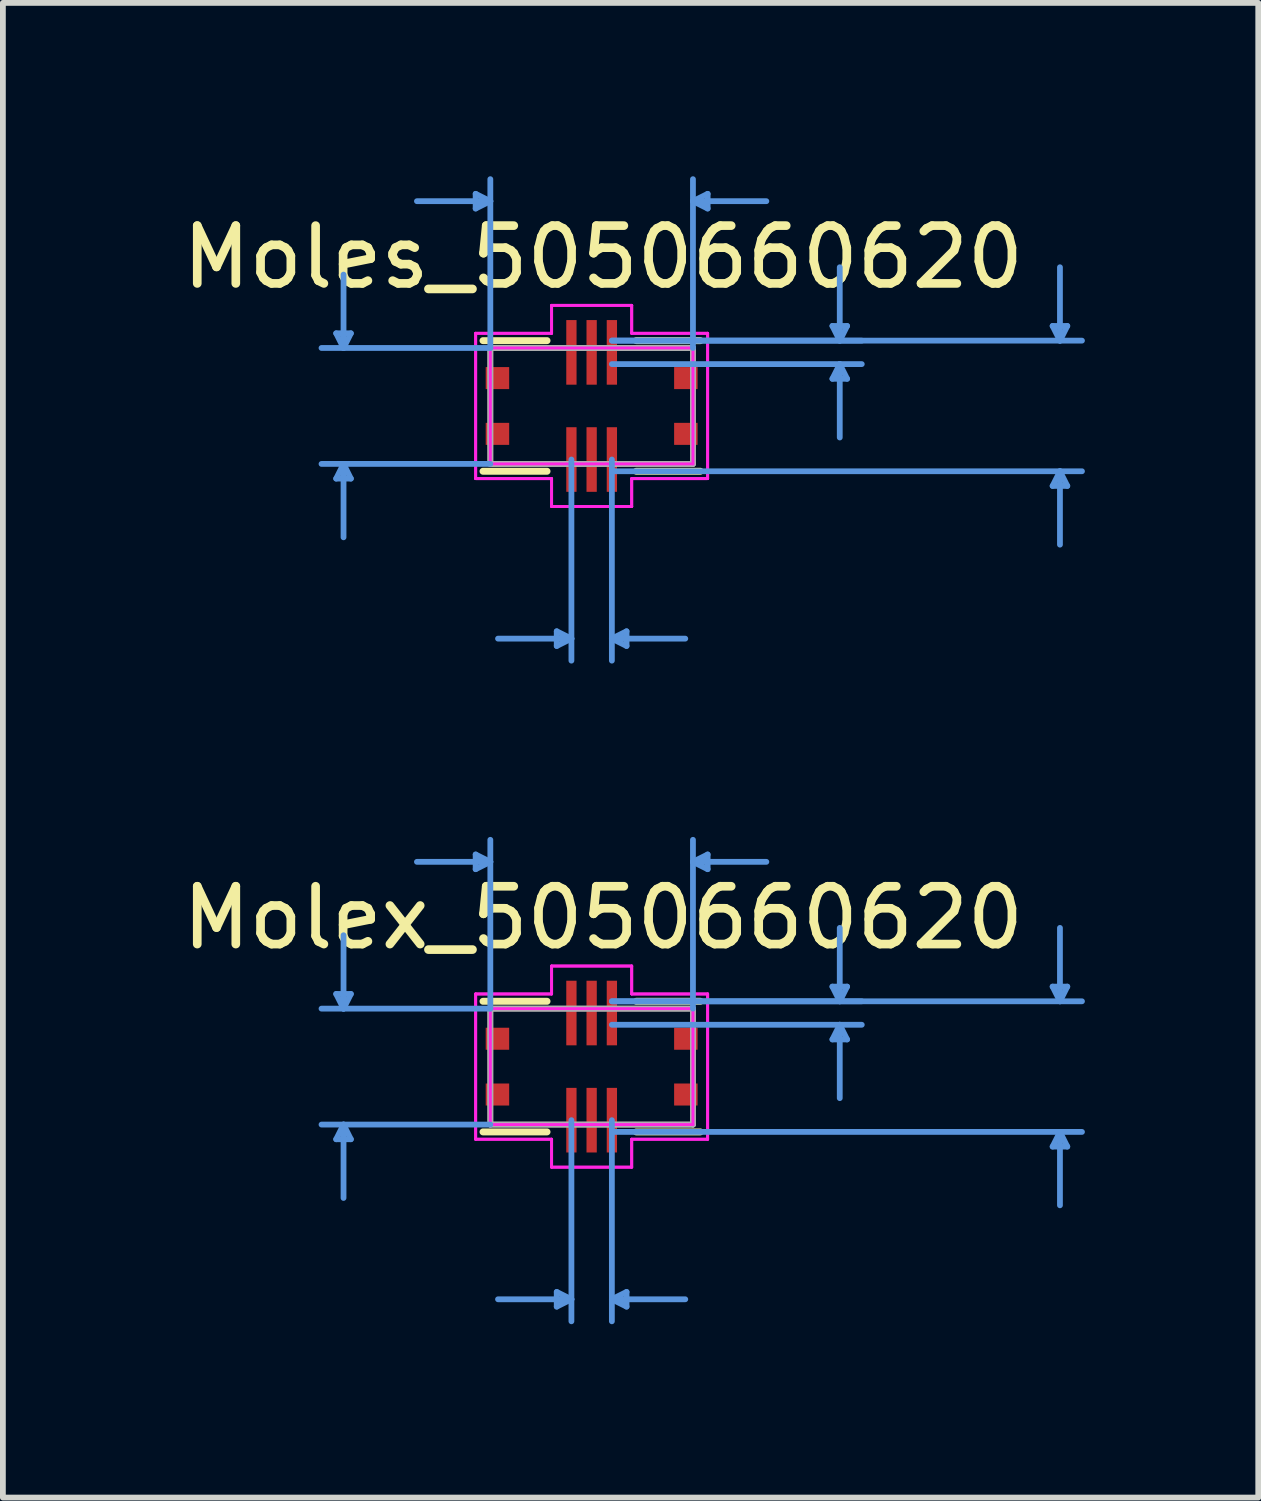
<source format=kicad_pcb>
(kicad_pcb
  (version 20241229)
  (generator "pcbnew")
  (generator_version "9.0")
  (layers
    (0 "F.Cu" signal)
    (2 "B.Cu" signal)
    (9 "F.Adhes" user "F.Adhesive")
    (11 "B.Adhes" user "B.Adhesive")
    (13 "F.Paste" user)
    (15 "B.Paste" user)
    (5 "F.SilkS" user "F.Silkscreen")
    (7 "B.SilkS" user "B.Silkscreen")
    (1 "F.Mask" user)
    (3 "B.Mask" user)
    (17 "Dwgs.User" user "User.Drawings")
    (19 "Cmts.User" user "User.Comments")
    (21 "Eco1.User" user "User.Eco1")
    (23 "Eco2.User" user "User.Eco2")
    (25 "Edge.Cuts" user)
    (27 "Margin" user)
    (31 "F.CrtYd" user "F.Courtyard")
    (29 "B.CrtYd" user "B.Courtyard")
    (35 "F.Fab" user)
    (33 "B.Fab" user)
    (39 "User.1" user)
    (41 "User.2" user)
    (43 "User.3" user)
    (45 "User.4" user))
  (footprint "Molex_5050660620"
    (layer "F.Cu")
    (at 7.187 15.405)
    (property "Reference" "Molex_5050660620" (at 0.2 -2.575 0) (layer "F.SilkS") (effects (font (size 1 1) (thickness 0.15))))
    (attr through_hole)
    (fp_line (start -1.88 1.13) (end -0.772 1.13) (stroke (width 0.12) (type solid)) (layer "F.SilkS"))
    (fp_line (start -0.772 -1.13) (end -1.88 -1.13) (stroke (width 0.12) (type solid)) (layer "F.SilkS"))
    (fp_line (start 0.772 1.13) (end 1.88 1.13) (stroke (width 0.12) (type solid)) (layer "F.SilkS"))
    (fp_line (start 1.88 -1.13) (end 0.772 -1.13) (stroke (width 0.12) (type solid)) (layer "F.SilkS"))
    (fp_line (start -4.42 -1.257) (end -4.166 -1.257) (stroke (width 0.1) (type solid)) (layer "Cmts.User"))
    (fp_line (start -4.42 1.257) (end -4.166 1.257) (stroke (width 0.1) (type solid)) (layer "Cmts.User"))
    (fp_line (start -4.293 -1.003) (end -4.42 -1.257) (stroke (width 0.1) (type solid)) (layer "Cmts.User"))
    (fp_line (start -4.293 -1.003) (end -4.293 -2.273) (stroke (width 0.1) (type solid)) (layer "Cmts.User"))
    (fp_line (start -4.293 -1.003) (end -4.166 -1.257) (stroke (width 0.1) (type solid)) (layer "Cmts.User"))
    (fp_line (start -4.293 1.003) (end -4.42 1.257) (stroke (width 0.1) (type solid)) (layer "Cmts.User"))
    (fp_line (start -4.293 1.003) (end -4.293 2.273) (stroke (width 0.1) (type solid)) (layer "Cmts.User"))
    (fp_line (start -4.293 1.003) (end -4.166 1.257) (stroke (width 0.1) (type solid)) (layer "Cmts.User"))
    (fp_line (start -2.007 -3.67) (end -2.007 -3.416) (stroke (width 0.1) (type solid)) (layer "Cmts.User"))
    (fp_line (start -1.753 -3.543) (end -3.023 -3.543) (stroke (width 0.1) (type solid)) (layer "Cmts.User"))
    (fp_line (start -1.753 -3.543) (end -2.007 -3.67) (stroke (width 0.1) (type solid)) (layer "Cmts.User"))
    (fp_line (start -1.753 -3.543) (end -2.007 -3.416) (stroke (width 0.1) (type solid)) (layer "Cmts.User"))
    (fp_line (start -1.753 -1.003) (end -4.674 -1.003) (stroke (width 0.1) (type solid)) (layer "Cmts.User"))
    (fp_line (start -1.753 -1.003) (end -1.753 -3.924) (stroke (width 0.1) (type solid)) (layer "Cmts.User"))
    (fp_line (start -1.753 1.003) (end -4.674 1.003) (stroke (width 0.1) (type solid)) (layer "Cmts.User"))
    (fp_line (start -0.604 3.899) (end -0.604 4.153) (stroke (width 0.1) (type solid)) (layer "Cmts.User"))
    (fp_line (start -0.35 0.927) (end -0.35 4.407) (stroke (width 0.1) (type solid)) (layer "Cmts.User"))
    (fp_line (start -0.35 4.026) (end -1.62 4.026) (stroke (width 0.1) (type solid)) (layer "Cmts.User"))
    (fp_line (start -0.35 4.026) (end -0.604 3.899) (stroke (width 0.1) (type solid)) (layer "Cmts.User"))
    (fp_line (start -0.35 4.026) (end -0.604 4.153) (stroke (width 0.1) (type solid)) (layer "Cmts.User"))
    (fp_line (start 0.35 -1.13) (end 4.674 -1.13) (stroke (width 0.1) (type solid)) (layer "Cmts.User"))
    (fp_line (start 0.35 -1.13) (end 8.484 -1.13) (stroke (width 0.1) (type solid)) (layer "Cmts.User"))
    (fp_line (start 0.35 -0.724) (end 4.674 -0.724) (stroke (width 0.1) (type solid)) (layer "Cmts.User"))
    (fp_line (start 0.35 0.927) (end 0.35 4.407) (stroke (width 0.1) (type solid)) (layer "Cmts.User"))
    (fp_line (start 0.35 1.13) (end 8.484 1.13) (stroke (width 0.1) (type solid)) (layer "Cmts.User"))
    (fp_line (start 0.35 4.026) (end 0.604 3.899) (stroke (width 0.1) (type solid)) (layer "Cmts.User"))
    (fp_line (start 0.35 4.026) (end 0.604 4.153) (stroke (width 0.1) (type solid)) (layer "Cmts.User"))
    (fp_line (start 0.35 4.026) (end 1.62 4.026) (stroke (width 0.1) (type solid)) (layer "Cmts.User"))
    (fp_line (start 0.604 3.899) (end 0.604 4.153) (stroke (width 0.1) (type solid)) (layer "Cmts.User"))
    (fp_line (start 1.753 -3.543) (end 2.007 -3.67) (stroke (width 0.1) (type solid)) (layer "Cmts.User"))
    (fp_line (start 1.753 -3.543) (end 2.007 -3.416) (stroke (width 0.1) (type solid)) (layer "Cmts.User"))
    (fp_line (start 1.753 -3.543) (end 3.023 -3.543) (stroke (width 0.1) (type solid)) (layer "Cmts.User"))
    (fp_line (start 1.753 -1.003) (end 1.753 -3.924) (stroke (width 0.1) (type solid)) (layer "Cmts.User"))
    (fp_line (start 2.007 -3.67) (end 2.007 -3.416) (stroke (width 0.1) (type solid)) (layer "Cmts.User"))
    (fp_line (start 4.166 -1.384) (end 4.42 -1.384) (stroke (width 0.1) (type solid)) (layer "Cmts.User"))
    (fp_line (start 4.166 -0.47) (end 4.42 -0.47) (stroke (width 0.1) (type solid)) (layer "Cmts.User"))
    (fp_line (start 4.293 -1.13) (end 4.166 -1.384) (stroke (width 0.1) (type solid)) (layer "Cmts.User"))
    (fp_line (start 4.293 -1.13) (end 4.293 -2.4) (stroke (width 0.1) (type solid)) (layer "Cmts.User"))
    (fp_line (start 4.293 -1.13) (end 4.42 -1.384) (stroke (width 0.1) (type solid)) (layer "Cmts.User"))
    (fp_line (start 4.293 -0.724) (end 4.166 -0.47) (stroke (width 0.1) (type solid)) (layer "Cmts.User"))
    (fp_line (start 4.293 -0.724) (end 4.293 0.546) (stroke (width 0.1) (type solid)) (layer "Cmts.User"))
    (fp_line (start 4.293 -0.724) (end 4.42 -0.47) (stroke (width 0.1) (type solid)) (layer "Cmts.User"))
    (fp_line (start 7.976 -1.384) (end 8.23 -1.384) (stroke (width 0.1) (type solid)) (layer "Cmts.User"))
    (fp_line (start 7.976 1.384) (end 8.23 1.384) (stroke (width 0.1) (type solid)) (layer "Cmts.User"))
    (fp_line (start 8.103 -1.13) (end 7.976 -1.384) (stroke (width 0.1) (type solid)) (layer "Cmts.User"))
    (fp_line (start 8.103 -1.13) (end 8.103 -2.4) (stroke (width 0.1) (type solid)) (layer "Cmts.User"))
    (fp_line (start 8.103 -1.13) (end 8.23 -1.384) (stroke (width 0.1) (type solid)) (layer "Cmts.User"))
    (fp_line (start 8.103 1.13) (end 7.976 1.384) (stroke (width 0.1) (type solid)) (layer "Cmts.User"))
    (fp_line (start 8.103 1.13) (end 8.103 2.4) (stroke (width 0.1) (type solid)) (layer "Cmts.User"))
    (fp_line (start 8.103 1.13) (end 8.23 1.384) (stroke (width 0.1) (type solid)) (layer "Cmts.User"))
    (fp_line (start -2.007 -1.257) (end -0.693 -1.257) (stroke (width 0.05) (type solid)) (layer "F.CrtYd"))
    (fp_line (start -2.007 -1.257) (end -0.693 -1.257) (stroke (width 0.05) (type solid)) (layer "F.CrtYd"))
    (fp_line (start -2.007 1.257) (end -2.007 -1.257) (stroke (width 0.05) (type solid)) (layer "F.CrtYd"))
    (fp_line (start -2.007 1.257) (end -2.007 -1.257) (stroke (width 0.05) (type solid)) (layer "F.CrtYd"))
    (fp_line (start -1.753 -1.003) (end 1.753 -1.003) (stroke (width 0.05) (type solid)) (layer "F.CrtYd"))
    (fp_line (start -1.753 1.003) (end -1.753 -1.003) (stroke (width 0.05) (type solid)) (layer "F.CrtYd"))
    (fp_line (start -0.693 -1.74) (end 0.693 -1.74) (stroke (width 0.05) (type solid)) (layer "F.CrtYd"))
    (fp_line (start -0.693 -1.257) (end -0.693 -1.74) (stroke (width 0.05) (type solid)) (layer "F.CrtYd"))
    (fp_line (start -0.693 -1.257) (end -0.693 -1.74) (stroke (width 0.05) (type solid)) (layer "F.CrtYd"))
    (fp_line (start -0.693 1.257) (end -2.007 1.257) (stroke (width 0.05) (type solid)) (layer "F.CrtYd"))
    (fp_line (start -0.693 1.257) (end -2.007 1.257) (stroke (width 0.05) (type solid)) (layer "F.CrtYd"))
    (fp_line (start -0.693 1.74) (end -0.693 1.257) (stroke (width 0.05) (type solid)) (layer "F.CrtYd"))
    (fp_line (start -0.693 1.74) (end -0.693 1.257) (stroke (width 0.05) (type solid)) (layer "F.CrtYd"))
    (fp_line (start -0.693 1.74) (end 0.693 1.74) (stroke (width 0.05) (type solid)) (layer "F.CrtYd"))
    (fp_line (start 0.693 -1.74) (end -0.693 -1.74) (stroke (width 0.05) (type solid)) (layer "F.CrtYd"))
    (fp_line (start 0.693 -1.74) (end 0.693 -1.257) (stroke (width 0.05) (type solid)) (layer "F.CrtYd"))
    (fp_line (start 0.693 -1.74) (end 0.693 -1.257) (stroke (width 0.05) (type solid)) (layer "F.CrtYd"))
    (fp_line (start 0.693 -1.257) (end 2.007 -1.257) (stroke (width 0.05) (type solid)) (layer "F.CrtYd"))
    (fp_line (start 0.693 -1.257) (end 2.007 -1.257) (stroke (width 0.05) (type solid)) (layer "F.CrtYd"))
    (fp_line (start 0.693 1.257) (end 0.693 1.74) (stroke (width 0.05) (type solid)) (layer "F.CrtYd"))
    (fp_line (start 0.693 1.257) (end 0.693 1.74) (stroke (width 0.05) (type solid)) (layer "F.CrtYd"))
    (fp_line (start 0.693 1.74) (end -0.693 1.74) (stroke (width 0.05) (type solid)) (layer "F.CrtYd"))
    (fp_line (start 1.753 -1.003) (end 1.753 1.003) (stroke (width 0.05) (type solid)) (layer "F.CrtYd"))
    (fp_line (start 1.753 1.003) (end -1.753 1.003) (stroke (width 0.05) (type solid)) (layer "F.CrtYd"))
    (fp_line (start 2.007 -1.257) (end 2.007 1.257) (stroke (width 0.05) (type solid)) (layer "F.CrtYd"))
    (fp_line (start 2.007 -1.257) (end 2.007 1.257) (stroke (width 0.05) (type solid)) (layer "F.CrtYd"))
    (fp_line (start 2.007 1.257) (end 0.693 1.257) (stroke (width 0.05) (type solid)) (layer "F.CrtYd"))
    (fp_line (start 2.007 1.257) (end 0.693 1.257) (stroke (width 0.05) (type solid)) (layer "F.CrtYd"))
    (fp_line (start -1.753 -1.003) (end -1.753 1.003) (stroke (width 0.1) (type solid)) (layer "F.Fab"))
    (fp_line (start -1.753 -1.003) (end -1.753 1.003) (stroke (width 0.1) (type solid)) (layer "F.Fab"))
    (fp_line (start -1.753 1.003) (end 1.753 1.003) (stroke (width 0.1) (type solid)) (layer "F.Fab"))
    (fp_line (start -1.753 1.003) (end 1.753 1.003) (stroke (width 0.1) (type solid)) (layer "F.Fab"))
    (fp_line (start 1.753 -1.003) (end -1.753 -1.003) (stroke (width 0.1) (type solid)) (layer "F.Fab"))
    (fp_line (start 1.753 -1.003) (end -1.753 -1.003) (stroke (width 0.1) (type solid)) (layer "F.Fab"))
    (fp_line (start 1.753 1.003) (end 1.753 -1.003) (stroke (width 0.1) (type solid)) (layer "F.Fab"))
    (fp_line (start 1.753 1.003) (end 1.753 -1.003) (stroke (width 0.1) (type solid)) (layer "F.Fab"))
    (pad "1" smd rect (at 0.35 0.927) (size 0.178 1.118) (layers "F.Cu" "F.Mask" "F.Paste"))
    (pad "2" smd rect (at 0.35 -0.927) (size 0.178 1.118) (layers "F.Cu" "F.Mask" "F.Paste"))
    (pad "3" smd rect (at 0 0.927) (size 0.178 1.118) (layers "F.Cu" "F.Mask" "F.Paste"))
    (pad "4" smd rect (at 0 -0.927) (size 0.178 1.118) (layers "F.Cu" "F.Mask" "F.Paste"))
    (pad "5" smd rect (at -0.35 0.927) (size 0.178 1.118) (layers "F.Cu" "F.Mask" "F.Paste"))
    (pad "6" smd rect (at -0.35 -0.927) (size 0.178 1.118) (layers "F.Cu" "F.Mask" "F.Paste"))
    (pad "7" smd rect (at -1.63 -0.482) (size 0.406 0.381) (layers "F.Cu" "F.Mask" "F.Paste"))
    (pad "8" smd rect (at 1.63 -0.482) (size 0.406 0.381) (layers "F.Cu" "F.Mask" "F.Paste"))
    (pad "9" smd rect (at -1.63 0.483) (size 0.406 0.381) (layers "F.Cu" "F.Mask" "F.Paste"))
    (pad "10" smd rect (at 1.63 0.483) (size 0.406 0.381) (layers "F.Cu" "F.Mask" "F.Paste")))
  (footprint "Moles_5050660620"
    (layer "F.Cu")
    (at 7.187 3.974)
    (property "Reference" "Moles_5050660620" (at 0.2 -2.575 0) (layer "F.SilkS") (effects (font (size 1 1) (thickness 0.15))))
    (attr through_hole)
    (fp_line (start -1.88 1.13) (end -0.772 1.13) (stroke (width 0.12) (type solid)) (layer "F.SilkS"))
    (fp_line (start -0.772 -1.13) (end -1.88 -1.13) (stroke (width 0.12) (type solid)) (layer "F.SilkS"))
    (fp_line (start 0.772 1.13) (end 1.88 1.13) (stroke (width 0.12) (type solid)) (layer "F.SilkS"))
    (fp_line (start 1.88 -1.13) (end 0.772 -1.13) (stroke (width 0.12) (type solid)) (layer "F.SilkS"))
    (fp_line (start -4.42 -1.257) (end -4.166 -1.257) (stroke (width 0.1) (type solid)) (layer "Cmts.User"))
    (fp_line (start -4.42 1.257) (end -4.166 1.257) (stroke (width 0.1) (type solid)) (layer "Cmts.User"))
    (fp_line (start -4.293 -1.003) (end -4.42 -1.257) (stroke (width 0.1) (type solid)) (layer "Cmts.User"))
    (fp_line (start -4.293 -1.003) (end -4.293 -2.273) (stroke (width 0.1) (type solid)) (layer "Cmts.User"))
    (fp_line (start -4.293 -1.003) (end -4.166 -1.257) (stroke (width 0.1) (type solid)) (layer "Cmts.User"))
    (fp_line (start -4.293 1.003) (end -4.42 1.257) (stroke (width 0.1) (type solid)) (layer "Cmts.User"))
    (fp_line (start -4.293 1.003) (end -4.293 2.273) (stroke (width 0.1) (type solid)) (layer "Cmts.User"))
    (fp_line (start -4.293 1.003) (end -4.166 1.257) (stroke (width 0.1) (type solid)) (layer "Cmts.User"))
    (fp_line (start -2.007 -3.67) (end -2.007 -3.416) (stroke (width 0.1) (type solid)) (layer "Cmts.User"))
    (fp_line (start -1.753 -3.543) (end -3.023 -3.543) (stroke (width 0.1) (type solid)) (layer "Cmts.User"))
    (fp_line (start -1.753 -3.543) (end -2.007 -3.67) (stroke (width 0.1) (type solid)) (layer "Cmts.User"))
    (fp_line (start -1.753 -3.543) (end -2.007 -3.416) (stroke (width 0.1) (type solid)) (layer "Cmts.User"))
    (fp_line (start -1.753 -1.003) (end -4.674 -1.003) (stroke (width 0.1) (type solid)) (layer "Cmts.User"))
    (fp_line (start -1.753 -1.003) (end -1.753 -3.924) (stroke (width 0.1) (type solid)) (layer "Cmts.User"))
    (fp_line (start -1.753 1.003) (end -4.674 1.003) (stroke (width 0.1) (type solid)) (layer "Cmts.User"))
    (fp_line (start -0.604 3.899) (end -0.604 4.153) (stroke (width 0.1) (type solid)) (layer "Cmts.User"))
    (fp_line (start -0.35 0.927) (end -0.35 4.407) (stroke (width 0.1) (type solid)) (layer "Cmts.User"))
    (fp_line (start -0.35 4.026) (end -1.62 4.026) (stroke (width 0.1) (type solid)) (layer "Cmts.User"))
    (fp_line (start -0.35 4.026) (end -0.604 3.899) (stroke (width 0.1) (type solid)) (layer "Cmts.User"))
    (fp_line (start -0.35 4.026) (end -0.604 4.153) (stroke (width 0.1) (type solid)) (layer "Cmts.User"))
    (fp_line (start 0.35 -1.13) (end 4.674 -1.13) (stroke (width 0.1) (type solid)) (layer "Cmts.User"))
    (fp_line (start 0.35 -1.13) (end 8.484 -1.13) (stroke (width 0.1) (type solid)) (layer "Cmts.User"))
    (fp_line (start 0.35 -0.724) (end 4.674 -0.724) (stroke (width 0.1) (type solid)) (layer "Cmts.User"))
    (fp_line (start 0.35 0.927) (end 0.35 4.407) (stroke (width 0.1) (type solid)) (layer "Cmts.User"))
    (fp_line (start 0.35 1.13) (end 8.484 1.13) (stroke (width 0.1) (type solid)) (layer "Cmts.User"))
    (fp_line (start 0.35 4.026) (end 0.604 3.899) (stroke (width 0.1) (type solid)) (layer "Cmts.User"))
    (fp_line (start 0.35 4.026) (end 0.604 4.153) (stroke (width 0.1) (type solid)) (layer "Cmts.User"))
    (fp_line (start 0.35 4.026) (end 1.62 4.026) (stroke (width 0.1) (type solid)) (layer "Cmts.User"))
    (fp_line (start 0.604 3.899) (end 0.604 4.153) (stroke (width 0.1) (type solid)) (layer "Cmts.User"))
    (fp_line (start 1.753 -3.543) (end 2.007 -3.67) (stroke (width 0.1) (type solid)) (layer "Cmts.User"))
    (fp_line (start 1.753 -3.543) (end 2.007 -3.416) (stroke (width 0.1) (type solid)) (layer "Cmts.User"))
    (fp_line (start 1.753 -3.543) (end 3.023 -3.543) (stroke (width 0.1) (type solid)) (layer "Cmts.User"))
    (fp_line (start 1.753 -1.003) (end 1.753 -3.924) (stroke (width 0.1) (type solid)) (layer "Cmts.User"))
    (fp_line (start 2.007 -3.67) (end 2.007 -3.416) (stroke (width 0.1) (type solid)) (layer "Cmts.User"))
    (fp_line (start 4.166 -1.384) (end 4.42 -1.384) (stroke (width 0.1) (type solid)) (layer "Cmts.User"))
    (fp_line (start 4.166 -0.47) (end 4.42 -0.47) (stroke (width 0.1) (type solid)) (layer "Cmts.User"))
    (fp_line (start 4.293 -1.13) (end 4.166 -1.384) (stroke (width 0.1) (type solid)) (layer "Cmts.User"))
    (fp_line (start 4.293 -1.13) (end 4.293 -2.4) (stroke (width 0.1) (type solid)) (layer "Cmts.User"))
    (fp_line (start 4.293 -1.13) (end 4.42 -1.384) (stroke (width 0.1) (type solid)) (layer "Cmts.User"))
    (fp_line (start 4.293 -0.724) (end 4.166 -0.47) (stroke (width 0.1) (type solid)) (layer "Cmts.User"))
    (fp_line (start 4.293 -0.724) (end 4.293 0.546) (stroke (width 0.1) (type solid)) (layer "Cmts.User"))
    (fp_line (start 4.293 -0.724) (end 4.42 -0.47) (stroke (width 0.1) (type solid)) (layer "Cmts.User"))
    (fp_line (start 7.976 -1.384) (end 8.23 -1.384) (stroke (width 0.1) (type solid)) (layer "Cmts.User"))
    (fp_line (start 7.976 1.384) (end 8.23 1.384) (stroke (width 0.1) (type solid)) (layer "Cmts.User"))
    (fp_line (start 8.103 -1.13) (end 7.976 -1.384) (stroke (width 0.1) (type solid)) (layer "Cmts.User"))
    (fp_line (start 8.103 -1.13) (end 8.103 -2.4) (stroke (width 0.1) (type solid)) (layer "Cmts.User"))
    (fp_line (start 8.103 -1.13) (end 8.23 -1.384) (stroke (width 0.1) (type solid)) (layer "Cmts.User"))
    (fp_line (start 8.103 1.13) (end 7.976 1.384) (stroke (width 0.1) (type solid)) (layer "Cmts.User"))
    (fp_line (start 8.103 1.13) (end 8.103 2.4) (stroke (width 0.1) (type solid)) (layer "Cmts.User"))
    (fp_line (start 8.103 1.13) (end 8.23 1.384) (stroke (width 0.1) (type solid)) (layer "Cmts.User"))
    (fp_line (start -2.007 -1.257) (end -0.693 -1.257) (stroke (width 0.05) (type solid)) (layer "F.CrtYd"))
    (fp_line (start -2.007 -1.257) (end -0.693 -1.257) (stroke (width 0.05) (type solid)) (layer "F.CrtYd"))
    (fp_line (start -2.007 1.257) (end -2.007 -1.257) (stroke (width 0.05) (type solid)) (layer "F.CrtYd"))
    (fp_line (start -2.007 1.257) (end -2.007 -1.257) (stroke (width 0.05) (type solid)) (layer "F.CrtYd"))
    (fp_line (start -1.753 -1.003) (end 1.753 -1.003) (stroke (width 0.05) (type solid)) (layer "F.CrtYd"))
    (fp_line (start -1.753 1.003) (end -1.753 -1.003) (stroke (width 0.05) (type solid)) (layer "F.CrtYd"))
    (fp_line (start -0.693 -1.74) (end 0.693 -1.74) (stroke (width 0.05) (type solid)) (layer "F.CrtYd"))
    (fp_line (start -0.693 -1.257) (end -0.693 -1.74) (stroke (width 0.05) (type solid)) (layer "F.CrtYd"))
    (fp_line (start -0.693 -1.257) (end -0.693 -1.74) (stroke (width 0.05) (type solid)) (layer "F.CrtYd"))
    (fp_line (start -0.693 1.257) (end -2.007 1.257) (stroke (width 0.05) (type solid)) (layer "F.CrtYd"))
    (fp_line (start -0.693 1.257) (end -2.007 1.257) (stroke (width 0.05) (type solid)) (layer "F.CrtYd"))
    (fp_line (start -0.693 1.74) (end -0.693 1.257) (stroke (width 0.05) (type solid)) (layer "F.CrtYd"))
    (fp_line (start -0.693 1.74) (end -0.693 1.257) (stroke (width 0.05) (type solid)) (layer "F.CrtYd"))
    (fp_line (start -0.693 1.74) (end 0.693 1.74) (stroke (width 0.05) (type solid)) (layer "F.CrtYd"))
    (fp_line (start 0.693 -1.74) (end -0.693 -1.74) (stroke (width 0.05) (type solid)) (layer "F.CrtYd"))
    (fp_line (start 0.693 -1.74) (end 0.693 -1.257) (stroke (width 0.05) (type solid)) (layer "F.CrtYd"))
    (fp_line (start 0.693 -1.74) (end 0.693 -1.257) (stroke (width 0.05) (type solid)) (layer "F.CrtYd"))
    (fp_line (start 0.693 -1.257) (end 2.007 -1.257) (stroke (width 0.05) (type solid)) (layer "F.CrtYd"))
    (fp_line (start 0.693 -1.257) (end 2.007 -1.257) (stroke (width 0.05) (type solid)) (layer "F.CrtYd"))
    (fp_line (start 0.693 1.257) (end 0.693 1.74) (stroke (width 0.05) (type solid)) (layer "F.CrtYd"))
    (fp_line (start 0.693 1.257) (end 0.693 1.74) (stroke (width 0.05) (type solid)) (layer "F.CrtYd"))
    (fp_line (start 0.693 1.74) (end -0.693 1.74) (stroke (width 0.05) (type solid)) (layer "F.CrtYd"))
    (fp_line (start 1.753 -1.003) (end 1.753 1.003) (stroke (width 0.05) (type solid)) (layer "F.CrtYd"))
    (fp_line (start 1.753 1.003) (end -1.753 1.003) (stroke (width 0.05) (type solid)) (layer "F.CrtYd"))
    (fp_line (start 2.007 -1.257) (end 2.007 1.257) (stroke (width 0.05) (type solid)) (layer "F.CrtYd"))
    (fp_line (start 2.007 -1.257) (end 2.007 1.257) (stroke (width 0.05) (type solid)) (layer "F.CrtYd"))
    (fp_line (start 2.007 1.257) (end 0.693 1.257) (stroke (width 0.05) (type solid)) (layer "F.CrtYd"))
    (fp_line (start 2.007 1.257) (end 0.693 1.257) (stroke (width 0.05) (type solid)) (layer "F.CrtYd"))
    (fp_line (start -1.753 -1.003) (end -1.753 1.003) (stroke (width 0.1) (type solid)) (layer "F.Fab"))
    (fp_line (start -1.753 -1.003) (end -1.753 1.003) (stroke (width 0.1) (type solid)) (layer "F.Fab"))
    (fp_line (start -1.753 1.003) (end 1.753 1.003) (stroke (width 0.1) (type solid)) (layer "F.Fab"))
    (fp_line (start -1.753 1.003) (end 1.753 1.003) (stroke (width 0.1) (type solid)) (layer "F.Fab"))
    (fp_line (start 1.753 -1.003) (end -1.753 -1.003) (stroke (width 0.1) (type solid)) (layer "F.Fab"))
    (fp_line (start 1.753 -1.003) (end -1.753 -1.003) (stroke (width 0.1) (type solid)) (layer "F.Fab"))
    (fp_line (start 1.753 1.003) (end 1.753 -1.003) (stroke (width 0.1) (type solid)) (layer "F.Fab"))
    (fp_line (start 1.753 1.003) (end 1.753 -1.003) (stroke (width 0.1) (type solid)) (layer "F.Fab"))
    (pad "1" smd rect (at 0.35 0.927) (size 0.178 1.118) (layers "F.Cu" "F.Mask" "F.Paste"))
    (pad "2" smd rect (at 0.35 -0.927) (size 0.178 1.118) (layers "F.Cu" "F.Mask" "F.Paste"))
    (pad "3" smd rect (at 0 0.927) (size 0.178 1.118) (layers "F.Cu" "F.Mask" "F.Paste"))
    (pad "4" smd rect (at 0 -0.927) (size 0.178 1.118) (layers "F.Cu" "F.Mask" "F.Paste"))
    (pad "5" smd rect (at -0.35 0.927) (size 0.178 1.118) (layers "F.Cu" "F.Mask" "F.Paste"))
    (pad "6" smd rect (at -0.35 -0.927) (size 0.178 1.118) (layers "F.Cu" "F.Mask" "F.Paste"))
    (pad "7" smd rect (at -1.63 -0.482) (size 0.406 0.381) (layers "F.Cu" "F.Mask" "F.Paste"))
    (pad "8" smd rect (at 1.63 -0.482) (size 0.406 0.381) (layers "F.Cu" "F.Mask" "F.Paste"))
    (pad "9" smd rect (at -1.63 0.483) (size 0.406 0.381) (layers "F.Cu" "F.Mask" "F.Paste"))
    (pad "10" smd rect (at 1.63 0.483) (size 0.406 0.381) (layers "F.Cu" "F.Mask" "F.Paste")))
  (gr_rect
    (start -3 -3)
    (end 18.721 22.862)
    (stroke (width 0.1) (type default))
    (fill no)
    (layer "Edge.Cuts")))
</source>
